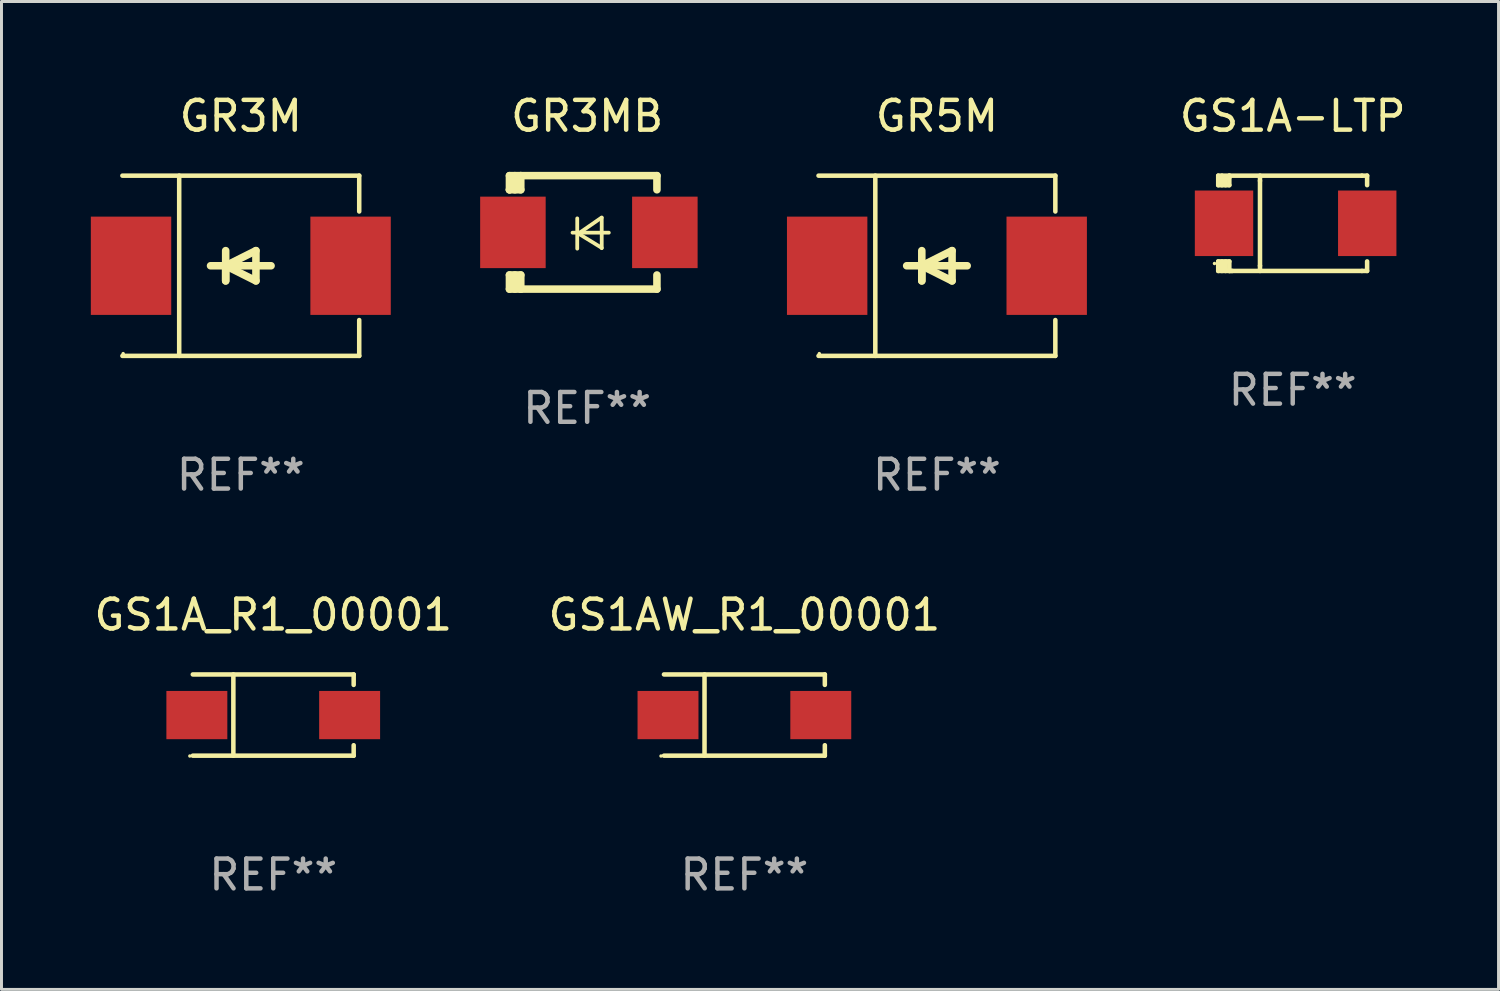
<source format=kicad_pcb>
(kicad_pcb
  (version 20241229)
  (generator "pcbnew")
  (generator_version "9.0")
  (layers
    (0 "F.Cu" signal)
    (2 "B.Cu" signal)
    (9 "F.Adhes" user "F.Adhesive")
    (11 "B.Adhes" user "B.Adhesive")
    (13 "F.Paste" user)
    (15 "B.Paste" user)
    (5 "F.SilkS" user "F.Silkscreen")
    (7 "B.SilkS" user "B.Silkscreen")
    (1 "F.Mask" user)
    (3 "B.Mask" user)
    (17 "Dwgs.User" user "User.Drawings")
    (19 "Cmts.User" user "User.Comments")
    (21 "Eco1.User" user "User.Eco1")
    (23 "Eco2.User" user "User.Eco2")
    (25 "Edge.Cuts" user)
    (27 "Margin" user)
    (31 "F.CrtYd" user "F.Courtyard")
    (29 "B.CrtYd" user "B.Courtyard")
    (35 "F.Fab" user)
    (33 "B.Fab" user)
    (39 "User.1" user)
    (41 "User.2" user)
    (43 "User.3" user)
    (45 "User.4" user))
  (footprint "GS1AW_R1_00001"
    (layer "F.Cu")
    (at 21.946 20.961)
    (property "Reference" "GS1AW_R1_00001" (at 0 -3.364 0) (layer "F.SilkS") (effects (font (size 1 1) (thickness 0.15))))
    (attr through_hole)
    (fp_line (start -2.701 -1.364) (end 2.701 -1.364) (stroke (width 0.152) (type solid)) (layer "F.SilkS"))
    (fp_line (start -2.701 1.364) (end 2.701 1.364) (stroke (width 0.152) (type solid)) (layer "F.SilkS"))
    (fp_line (start -1.339 -1.364) (end -1.339 1.364) (stroke (width 0.152) (type solid)) (layer "F.SilkS"))
    (fp_line (start 2.701 -1.364) (end 2.701 -1.013) (stroke (width 0.152) (type solid)) (layer "F.SilkS"))
    (fp_line (start 2.701 1.364) (end 2.701 1.013) (stroke (width 0.152) (type solid)) (layer "F.SilkS"))
    (fp_circle (center -2.8 1.375) (end -2.77 1.375) (stroke (width 0.06) (type solid)) (fill no) (layer "F.SilkS"))
    (fp_text user "REF**" (at 0 5.364 0) (layer "F.Fab") (effects (font (size 1 1) (thickness 0.15))))
    (pad "1" smd rect (at -2.565 -0.000025) (size 2.046 1.62) (layers "F.Cu" "F.Mask" "F.Paste"))
    (pad "2" smd rect (at 2.565 -0.000025) (size 2.046 1.62) (layers "F.Cu" "F.Mask" "F.Paste")))
  (footprint "GR3M"
    (layer "F.Cu")
    (at 5.036 5.874)
    (property "Reference" "GR3M" (at 0 -5.026 0) (layer "F.SilkS") (effects (font (size 1 1) (thickness 0.15))))
    (attr through_hole)
    (fp_line (start -3.976 -3.026) (end 3.976 -3.026) (stroke (width 0.152) (type solid)) (layer "F.SilkS"))
    (fp_line (start -3.976 3.026) (end 3.976 3.026) (stroke (width 0.152) (type solid)) (layer "F.SilkS"))
    (fp_line (start -2.069 -3.026) (end -2.069 3.026) (stroke (width 0.152) (type solid)) (layer "F.SilkS"))
    (fp_line (start -0.508 0) (end -0.508 0.508) (stroke (width 0.254) (type solid)) (layer "F.SilkS"))
    (fp_line (start -0.508 0) (end 0.508 0.508) (stroke (width 0.254) (type solid)) (layer "F.SilkS"))
    (fp_line (start -0.508 0.508) (end -0.508 -0.508) (stroke (width 0.254) (type solid)) (layer "F.SilkS"))
    (fp_line (start 0.508 -0.508) (end -0.508 0) (stroke (width 0.254) (type solid)) (layer "F.SilkS"))
    (fp_line (start 0.508 0.508) (end 0.508 -0.508) (stroke (width 0.254) (type solid)) (layer "F.SilkS"))
    (fp_line (start 1.016 0) (end -1.016 0) (stroke (width 0.254) (type solid)) (layer "F.SilkS"))
    (fp_line (start 3.976 -3.026) (end 3.976 -1.823) (stroke (width 0.152) (type solid)) (layer "F.SilkS"))
    (fp_line (start 3.976 3.026) (end 3.976 1.823) (stroke (width 0.152) (type solid)) (layer "F.SilkS"))
    (fp_circle (center -3.95 2.95) (end -3.92 2.95) (stroke (width 0.06) (type solid)) (fill no) (layer "F.SilkS"))
    (fp_text user "REF**" (at 0 7.026 0) (layer "F.Fab") (effects (font (size 1 1) (thickness 0.15))))
    (pad "1" smd rect (at -3.686 0) (size 2.7 3.3) (layers "F.Cu" "F.Mask" "F.Paste"))
    (pad "2" smd rect (at 3.686 0) (size 2.7 3.3) (layers "F.Cu" "F.Mask" "F.Paste")))
  (footprint "GS1A_R1_00001"
    (layer "F.Cu")
    (at 6.125 20.961)
    (property "Reference" "GS1A_R1_00001" (at 0 -3.364 0) (layer "F.SilkS") (effects (font (size 1 1) (thickness 0.15))))
    (attr through_hole)
    (fp_line (start -2.701 -1.364) (end 2.701 -1.364) (stroke (width 0.152) (type solid)) (layer "F.SilkS"))
    (fp_line (start -2.701 1.364) (end 2.701 1.364) (stroke (width 0.152) (type solid)) (layer "F.SilkS"))
    (fp_line (start -1.339 -1.364) (end -1.339 1.364) (stroke (width 0.152) (type solid)) (layer "F.SilkS"))
    (fp_line (start 2.701 -1.364) (end 2.701 -1.013) (stroke (width 0.152) (type solid)) (layer "F.SilkS"))
    (fp_line (start 2.701 1.364) (end 2.701 1.013) (stroke (width 0.152) (type solid)) (layer "F.SilkS"))
    (fp_circle (center -2.8 1.375) (end -2.77 1.375) (stroke (width 0.06) (type solid)) (fill no) (layer "F.SilkS"))
    (fp_text user "REF**" (at 0 5.364 0) (layer "F.Fab") (effects (font (size 1 1) (thickness 0.15))))
    (pad "1" smd rect (at -2.565 -0.000025) (size 2.046 1.62) (layers "F.Cu" "F.Mask" "F.Paste"))
    (pad "2" smd rect (at 2.565 -0.000025) (size 2.046 1.62) (layers "F.Cu" "F.Mask" "F.Paste")))
  (footprint "GS1A-LTP"
    (layer "F.Cu")
    (at 40.358 4.448)
    (property "Reference" "GS1A-LTP" (at 0 -3.6 0) (layer "F.SilkS") (effects (font (size 1 1) (thickness 0.15))))
    (attr through_hole)
    (fp_line (start -2.502 -1.6) (end -2.502 -1.28) (stroke (width 0.152) (type solid)) (layer "F.SilkS"))
    (fp_line (start -2.502 -1.28) (end -2.129 -1.28) (stroke (width 0.152) (type solid)) (layer "F.SilkS"))
    (fp_line (start -2.502 1.28) (end -2.502 1.6) (stroke (width 0.152) (type solid)) (layer "F.SilkS"))
    (fp_line (start -2.502 1.28) (end -2.129 1.28) (stroke (width 0.152) (type solid)) (layer "F.SilkS"))
    (fp_line (start -2.502 1.6) (end -2.029 1.6) (stroke (width 0.152) (type solid)) (layer "F.SilkS"))
    (fp_line (start -2.377 -1.6) (end -2.377 -1.28) (stroke (width 0.152) (type solid)) (layer "F.SilkS"))
    (fp_line (start -2.377 1.28) (end -2.377 1.6) (stroke (width 0.152) (type solid)) (layer "F.SilkS"))
    (fp_line (start -2.254 -1.535) (end -2.254 -1.535) (stroke (width 0.152) (type solid)) (layer "F.SilkS"))
    (fp_line (start -2.254 -1.535) (end -2.129 -1.535) (stroke (width 0.152) (type solid)) (layer "F.SilkS"))
    (fp_line (start -2.254 -1.28) (end -2.254 -1.535) (stroke (width 0.152) (type solid)) (layer "F.SilkS"))
    (fp_line (start -2.254 1.6) (end -2.254 1.28) (stroke (width 0.152) (type solid)) (layer "F.SilkS"))
    (fp_line (start -2.129 -1.6) (end -2.502 -1.6) (stroke (width 0.152) (type solid)) (layer "F.SilkS"))
    (fp_line (start -2.129 -1.28) (end -2.129 -1.6) (stroke (width 0.152) (type solid)) (layer "F.SilkS"))
    (fp_line (start -2.129 1.6) (end -2.129 1.28) (stroke (width 0.152) (type solid)) (layer "F.SilkS"))
    (fp_line (start -1.099 -1.426) (end -1.099 -1.6) (stroke (width 0.152) (type solid)) (layer "F.SilkS"))
    (fp_line (start -1.099 1.426) (end -1.099 -1.426) (stroke (width 0.152) (type solid)) (layer "F.SilkS"))
    (fp_line (start -1.099 1.426) (end -1.099 1.6) (stroke (width 0.152) (type solid)) (layer "F.SilkS"))
    (fp_line (start 2.324 -1.6) (end -2.129 -1.6) (stroke (width 0.152) (type solid)) (layer "F.SilkS"))
    (fp_line (start 2.324 -1.6) (end 2.498 -1.6) (stroke (width 0.152) (type solid)) (layer "F.SilkS"))
    (fp_line (start 2.324 1.6) (end -2.129 1.6) (stroke (width 0.152) (type solid)) (layer "F.SilkS"))
    (fp_line (start 2.498 -1.6) (end 2.498 -1.28) (stroke (width 0.152) (type solid)) (layer "F.SilkS"))
    (fp_line (start 2.498 1.28) (end 2.498 1.6) (stroke (width 0.152) (type solid)) (layer "F.SilkS"))
    (fp_line (start 2.498 1.6) (end 2.324 1.6) (stroke (width 0.152) (type solid)) (layer "F.SilkS"))
    (fp_circle (center -2.627 1.35) (end -2.597 1.35) (stroke (width 0.06) (type solid)) (fill no) (layer "F.SilkS"))
    (fp_text user "REF**" (at 0 5.6 0) (layer "F.Fab") (effects (font (size 1 1) (thickness 0.15))))
    (pad "1" smd rect (at -2.307 0 180) (size 1.96 2.2) (layers "F.Cu" "F.Mask" "F.Paste"))
    (pad "2" smd rect (at 2.502 0 180) (size 1.96 2.2) (layers "F.Cu" "F.Mask" "F.Paste")))
  (footprint "GR3MB"
    (layer "F.Cu")
    (at 16.666 4.753)
    (property "Reference" "GR3MB" (at 0 -3.905 0) (layer "F.SilkS") (effects (font (size 1 1) (thickness 0.15))))
    (attr through_hole)
    (fp_line (start -2.609 -1.905) (end -2.609 -1.431) (stroke (width 0.254) (type solid)) (layer "F.SilkS"))
    (fp_line (start -2.609 1.431) (end -2.609 1.905) (stroke (width 0.254) (type solid)) (layer "F.SilkS"))
    (fp_line (start -2.609 1.431) (end -2.229 1.431) (stroke (width 0.254) (type solid)) (layer "F.SilkS"))
    (fp_line (start -2.609 1.905) (end -2.229 1.905) (stroke (width 0.254) (type solid)) (layer "F.SilkS"))
    (fp_line (start -2.609 -1.431) (end -2.609 -1.431) (stroke (width 0.254) (type solid)) (layer "F.SilkS"))
    (fp_line (start -2.427 -1.431) (end -2.427 -1.905) (stroke (width 0.254) (type solid)) (layer "F.SilkS"))
    (fp_line (start -2.427 1.905) (end -2.427 1.431) (stroke (width 0.254) (type solid)) (layer "F.SilkS"))
    (fp_line (start -2.229 -1.905) (end -2.609 -1.905) (stroke (width 0.254) (type solid)) (layer "F.SilkS"))
    (fp_line (start -2.229 -1.905) (end 2.343 -1.905) (stroke (width 0.254) (type solid)) (layer "F.SilkS"))
    (fp_line (start -2.229 -1.431) (end -2.609 -1.431) (stroke (width 0.254) (type solid)) (layer "F.SilkS"))
    (fp_line (start -2.229 -1.431) (end -2.229 -1.905) (stroke (width 0.254) (type solid)) (layer "F.SilkS"))
    (fp_line (start -2.229 1.905) (end -2.229 1.431) (stroke (width 0.254) (type solid)) (layer "F.SilkS"))
    (fp_line (start -0.491 0.01) (end 0.727 0.01) (stroke (width 0.127) (type solid)) (layer "F.SilkS"))
    (fp_line (start -0.333 -0.47) (end -0.333 0.546) (stroke (width 0.127) (type solid)) (layer "F.SilkS"))
    (fp_line (start -0.293 0.04) (end 0.489 0.52) (stroke (width 0.127) (type solid)) (layer "F.SilkS"))
    (fp_line (start 0.489 -0.5) (end -0.293 0.04) (stroke (width 0.127) (type solid)) (layer "F.SilkS"))
    (fp_line (start 0.489 0.53) (end 0.489 -0.486) (stroke (width 0.127) (type solid)) (layer "F.SilkS"))
    (fp_line (start 2.343 -1.905) (end 2.343 -1.431) (stroke (width 0.254) (type solid)) (layer "F.SilkS"))
    (fp_line (start 2.343 1.431) (end 2.343 1.905) (stroke (width 0.254) (type solid)) (layer "F.SilkS"))
    (fp_line (start 2.343 1.905) (end -2.229 1.905) (stroke (width 0.254) (type solid)) (layer "F.SilkS"))
    (fp_circle (center -2.643 1.8) (end -2.613 1.8) (stroke (width 0.06) (type solid)) (fill no) (layer "F.SilkS"))
    (fp_text user "REF**" (at 0 5.905 0) (layer "F.Fab") (effects (font (size 1 1) (thickness 0.15))))
    (pad "1" smd rect (at -2.493 0) (size 2.2 2.4) (layers "F.Cu" "F.Mask" "F.Paste"))
    (pad "2" smd rect (at 2.609 0) (size 2.2 2.4) (layers "F.Cu" "F.Mask" "F.Paste")))
  (footprint "GR5M"
    (layer "F.Cu")
    (at 28.411 5.874)
    (property "Reference" "GR5M" (at 0 -5.026 0) (layer "F.SilkS") (effects (font (size 1 1) (thickness 0.15))))
    (attr through_hole)
    (fp_line (start -3.976 -3.026) (end 3.976 -3.026) (stroke (width 0.152) (type solid)) (layer "F.SilkS"))
    (fp_line (start -3.976 3.026) (end 3.976 3.026) (stroke (width 0.152) (type solid)) (layer "F.SilkS"))
    (fp_line (start -2.069 -3.026) (end -2.069 3.026) (stroke (width 0.152) (type solid)) (layer "F.SilkS"))
    (fp_line (start -0.508 0) (end -0.508 0.508) (stroke (width 0.254) (type solid)) (layer "F.SilkS"))
    (fp_line (start -0.508 0) (end 0.508 0.508) (stroke (width 0.254) (type solid)) (layer "F.SilkS"))
    (fp_line (start -0.508 0.508) (end -0.508 -0.508) (stroke (width 0.254) (type solid)) (layer "F.SilkS"))
    (fp_line (start 0.508 -0.508) (end -0.508 0) (stroke (width 0.254) (type solid)) (layer "F.SilkS"))
    (fp_line (start 0.508 0.508) (end 0.508 -0.508) (stroke (width 0.254) (type solid)) (layer "F.SilkS"))
    (fp_line (start 1.016 0) (end -1.016 0) (stroke (width 0.254) (type solid)) (layer "F.SilkS"))
    (fp_line (start 3.976 -3.026) (end 3.976 -1.823) (stroke (width 0.152) (type solid)) (layer "F.SilkS"))
    (fp_line (start 3.976 3.026) (end 3.976 1.823) (stroke (width 0.152) (type solid)) (layer "F.SilkS"))
    (fp_circle (center -3.95 2.95) (end -3.92 2.95) (stroke (width 0.06) (type solid)) (fill no) (layer "F.SilkS"))
    (fp_text user "REF**" (at 0 7.026 0) (layer "F.Fab") (effects (font (size 1 1) (thickness 0.15))))
    (pad "1" smd rect (at -3.686 0) (size 2.7 3.3) (layers "F.Cu" "F.Mask" "F.Paste"))
    (pad "2" smd rect (at 3.686 0) (size 2.7 3.3) (layers "F.Cu" "F.Mask" "F.Paste")))
  (gr_rect
    (start -3 -3)
    (end 47.269 30.173)
    (stroke (width 0.1) (type default))
    (fill no)
    (layer "Edge.Cuts")))
</source>
